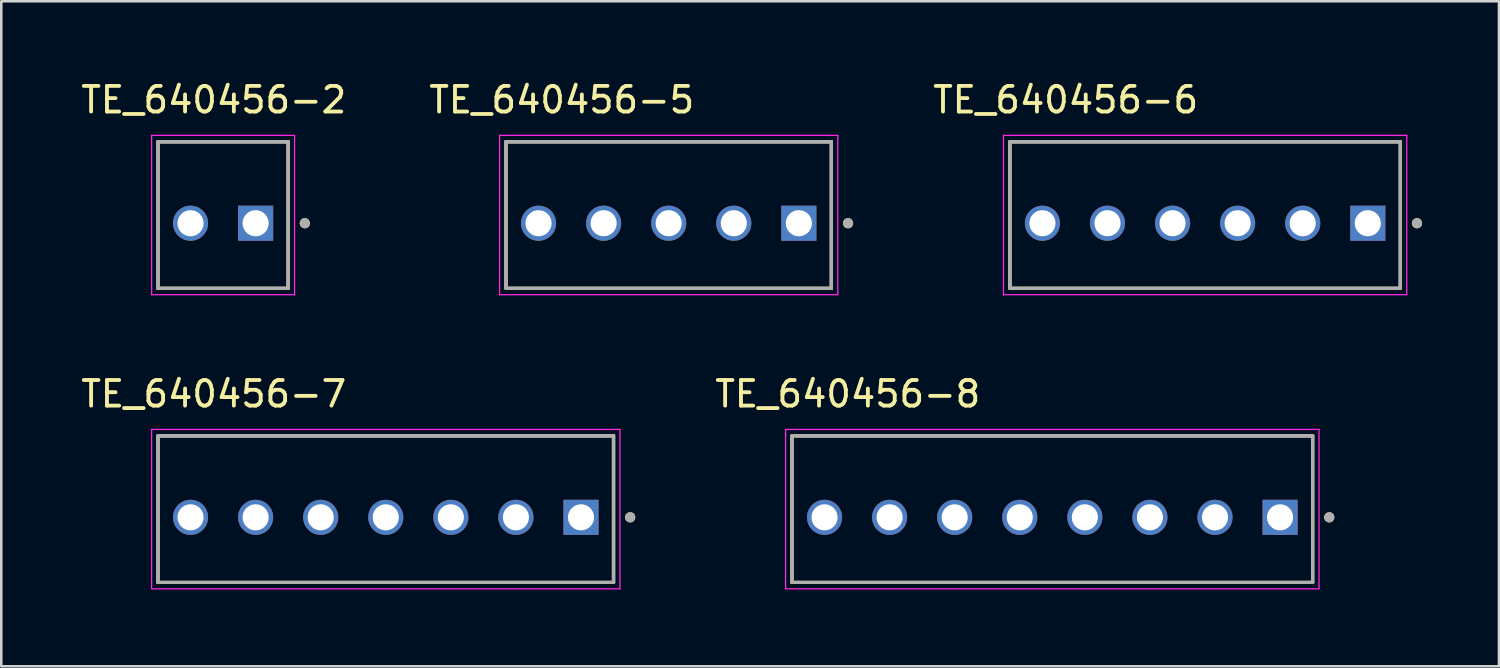
<source format=kicad_pcb>
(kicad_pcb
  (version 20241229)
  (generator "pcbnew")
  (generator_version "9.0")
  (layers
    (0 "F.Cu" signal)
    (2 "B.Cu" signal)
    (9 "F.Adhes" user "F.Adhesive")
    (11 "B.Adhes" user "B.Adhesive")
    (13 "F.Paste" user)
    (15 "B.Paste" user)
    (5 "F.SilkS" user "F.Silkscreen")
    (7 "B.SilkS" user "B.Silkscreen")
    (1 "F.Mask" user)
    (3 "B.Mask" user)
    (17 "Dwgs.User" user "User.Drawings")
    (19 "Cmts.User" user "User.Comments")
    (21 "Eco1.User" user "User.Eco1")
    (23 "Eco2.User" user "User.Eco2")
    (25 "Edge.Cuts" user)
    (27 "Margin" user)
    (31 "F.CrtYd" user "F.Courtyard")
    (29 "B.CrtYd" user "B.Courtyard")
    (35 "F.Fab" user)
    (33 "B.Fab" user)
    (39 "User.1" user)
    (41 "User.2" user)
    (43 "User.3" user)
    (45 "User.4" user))
  (footprint "TE_640456-2"
    (layer "F.Cu")
    (at 6.927 5.663)
    (property "Reference" "TE_640456-2" (at -1.635 -4.815 0) (layer "F.SilkS") (effects (font (size 1 1) (thickness 0.15))))
    (attr through_hole)
    (fp_line (start -3.81 2.54) (end -3.81 -3.18) (stroke (width 0.127) (type solid)) (layer "F.SilkS"))
    (fp_line (start 1.27 -3.18) (end -3.81 -3.18) (stroke (width 0.127) (type solid)) (layer "F.SilkS"))
    (fp_line (start 1.27 -3.18) (end 1.27 2.54) (stroke (width 0.127) (type solid)) (layer "F.SilkS"))
    (fp_line (start 1.27 2.54) (end -3.81 2.54) (stroke (width 0.127) (type solid)) (layer "F.SilkS"))
    (fp_circle (center 1.92 0) (end 2.02 0) (stroke (width 0.2) (type solid)) (fill no) (layer "F.SilkS"))
    (fp_line (start -4.06 -3.43) (end 1.52 -3.43) (stroke (width 0.05) (type solid)) (layer "F.CrtYd"))
    (fp_line (start -4.06 2.79) (end -4.06 -3.43) (stroke (width 0.05) (type solid)) (layer "F.CrtYd"))
    (fp_line (start 1.52 -3.43) (end 1.52 2.79) (stroke (width 0.05) (type solid)) (layer "F.CrtYd"))
    (fp_line (start 1.52 2.79) (end -4.06 2.79) (stroke (width 0.05) (type solid)) (layer "F.CrtYd"))
    (fp_line (start -3.81 -3.18) (end 1.27 -3.18) (stroke (width 0.127) (type solid)) (layer "F.Fab"))
    (fp_line (start -3.81 -3.18) (end 1.27 -3.18) (stroke (width 0.127) (type solid)) (layer "F.Fab"))
    (fp_line (start -3.81 2.54) (end -3.81 -3.18) (stroke (width 0.127) (type solid)) (layer "F.Fab"))
    (fp_line (start -3.81 2.54) (end -3.81 -3.18) (stroke (width 0.127) (type solid)) (layer "F.Fab"))
    (fp_line (start 1.27 -3.18) (end 1.27 2.54) (stroke (width 0.127) (type solid)) (layer "F.Fab"))
    (fp_line (start 1.27 -3.18) (end 1.27 2.54) (stroke (width 0.127) (type solid)) (layer "F.Fab"))
    (fp_line (start 1.27 2.54) (end -3.81 2.54) (stroke (width 0.127) (type solid)) (layer "F.Fab"))
    (fp_circle (center 1.92 0) (end 2.02 0) (stroke (width 0.2) (type solid)) (fill no) (layer "F.Fab"))
    (pad "1" thru_hole rect (at 0 0) (size 1.37 1.37) (drill 1.02) (layers "*.Cu" "*.Mask"))
    (pad "2" thru_hole circle (at -2.54 0) (size 1.37 1.37) (drill 1.02) (layers "*.Cu" "*.Mask")))
  (footprint "TE_640456-6"
    (layer "F.Cu")
    (at 50.337 5.663)
    (property "Reference" "TE_640456-6" (at -11.795 -4.815 0) (layer "F.SilkS") (effects (font (size 1 1) (thickness 0.15))))
    (attr through_hole)
    (fp_line (start -13.97 2.54) (end -13.97 -3.18) (stroke (width 0.127) (type solid)) (layer "F.SilkS"))
    (fp_line (start 1.27 -3.18) (end -13.97 -3.18) (stroke (width 0.127) (type solid)) (layer "F.SilkS"))
    (fp_line (start 1.27 -3.18) (end 1.27 2.54) (stroke (width 0.127) (type solid)) (layer "F.SilkS"))
    (fp_line (start 1.27 2.54) (end -13.97 2.54) (stroke (width 0.127) (type solid)) (layer "F.SilkS"))
    (fp_circle (center 1.92 0) (end 2.02 0) (stroke (width 0.2) (type solid)) (fill no) (layer "F.SilkS"))
    (fp_line (start -14.22 -3.43) (end 1.52 -3.43) (stroke (width 0.05) (type solid)) (layer "F.CrtYd"))
    (fp_line (start -14.22 2.79) (end -14.22 -3.43) (stroke (width 0.05) (type solid)) (layer "F.CrtYd"))
    (fp_line (start 1.52 -3.43) (end 1.52 2.79) (stroke (width 0.05) (type solid)) (layer "F.CrtYd"))
    (fp_line (start 1.52 2.79) (end -14.22 2.79) (stroke (width 0.05) (type solid)) (layer "F.CrtYd"))
    (fp_line (start -13.97 -3.18) (end 1.27 -3.18) (stroke (width 0.127) (type solid)) (layer "F.Fab"))
    (fp_line (start -13.97 -3.18) (end 1.27 -3.18) (stroke (width 0.127) (type solid)) (layer "F.Fab"))
    (fp_line (start -13.97 2.54) (end -13.97 -3.18) (stroke (width 0.127) (type solid)) (layer "F.Fab"))
    (fp_line (start -13.97 2.54) (end -13.97 -3.18) (stroke (width 0.127) (type solid)) (layer "F.Fab"))
    (fp_line (start 1.27 -3.18) (end 1.27 2.54) (stroke (width 0.127) (type solid)) (layer "F.Fab"))
    (fp_line (start 1.27 -3.18) (end 1.27 2.54) (stroke (width 0.127) (type solid)) (layer "F.Fab"))
    (fp_line (start 1.27 2.54) (end -13.97 2.54) (stroke (width 0.127) (type solid)) (layer "F.Fab"))
    (fp_circle (center 1.92 0) (end 2.02 0) (stroke (width 0.2) (type solid)) (fill no) (layer "F.Fab"))
    (pad "1" thru_hole rect (at 0 0) (size 1.37 1.37) (drill 1.02) (layers "*.Cu" "*.Mask"))
    (pad "2" thru_hole circle (at -2.54 0) (size 1.37 1.37) (drill 1.02) (layers "*.Cu" "*.Mask"))
    (pad "3" thru_hole circle (at -5.08 0) (size 1.37 1.37) (drill 1.02) (layers "*.Cu" "*.Mask"))
    (pad "4" thru_hole circle (at -7.62 0) (size 1.37 1.37) (drill 1.02) (layers "*.Cu" "*.Mask"))
    (pad "5" thru_hole circle (at -10.16 0) (size 1.37 1.37) (drill 1.02) (layers "*.Cu" "*.Mask"))
    (pad "6" thru_hole circle (at -12.7 0) (size 1.37 1.37) (drill 1.02) (layers "*.Cu" "*.Mask")))
  (footprint "TE_640456-8"
    (layer "F.Cu")
    (at 46.913 17.142)
    (property "Reference" "TE_640456-8" (at -16.875 -4.815 0) (layer "F.SilkS") (effects (font (size 1 1) (thickness 0.15))))
    (attr through_hole)
    (fp_line (start -19.05 2.54) (end -19.05 -3.18) (stroke (width 0.127) (type solid)) (layer "F.SilkS"))
    (fp_line (start 1.27 -3.18) (end -19.05 -3.18) (stroke (width 0.127) (type solid)) (layer "F.SilkS"))
    (fp_line (start 1.27 -3.18) (end 1.27 2.54) (stroke (width 0.127) (type solid)) (layer "F.SilkS"))
    (fp_line (start 1.27 2.54) (end -19.05 2.54) (stroke (width 0.127) (type solid)) (layer "F.SilkS"))
    (fp_circle (center 1.92 0) (end 2.02 0) (stroke (width 0.2) (type solid)) (fill no) (layer "F.SilkS"))
    (fp_line (start -19.3 -3.43) (end 1.52 -3.43) (stroke (width 0.05) (type solid)) (layer "F.CrtYd"))
    (fp_line (start -19.3 2.79) (end -19.3 -3.43) (stroke (width 0.05) (type solid)) (layer "F.CrtYd"))
    (fp_line (start 1.52 -3.43) (end 1.52 2.79) (stroke (width 0.05) (type solid)) (layer "F.CrtYd"))
    (fp_line (start 1.52 2.79) (end -19.3 2.79) (stroke (width 0.05) (type solid)) (layer "F.CrtYd"))
    (fp_line (start -19.05 -3.18) (end 1.27 -3.18) (stroke (width 0.127) (type solid)) (layer "F.Fab"))
    (fp_line (start -19.05 -3.18) (end 1.27 -3.18) (stroke (width 0.127) (type solid)) (layer "F.Fab"))
    (fp_line (start -19.05 2.54) (end -19.05 -3.18) (stroke (width 0.127) (type solid)) (layer "F.Fab"))
    (fp_line (start -19.05 2.54) (end -19.05 -3.18) (stroke (width 0.127) (type solid)) (layer "F.Fab"))
    (fp_line (start 1.27 -3.18) (end 1.27 2.54) (stroke (width 0.127) (type solid)) (layer "F.Fab"))
    (fp_line (start 1.27 -3.18) (end 1.27 2.54) (stroke (width 0.127) (type solid)) (layer "F.Fab"))
    (fp_line (start 1.27 2.54) (end -19.05 2.54) (stroke (width 0.127) (type solid)) (layer "F.Fab"))
    (fp_circle (center 1.92 0) (end 2.02 0) (stroke (width 0.2) (type solid)) (fill no) (layer "F.Fab"))
    (pad "1" thru_hole rect (at 0 0) (size 1.37 1.37) (drill 1.02) (layers "*.Cu" "*.Mask"))
    (pad "2" thru_hole circle (at -2.54 0) (size 1.37 1.37) (drill 1.02) (layers "*.Cu" "*.Mask"))
    (pad "3" thru_hole circle (at -5.08 0) (size 1.37 1.37) (drill 1.02) (layers "*.Cu" "*.Mask"))
    (pad "4" thru_hole circle (at -7.62 0) (size 1.37 1.37) (drill 1.02) (layers "*.Cu" "*.Mask"))
    (pad "5" thru_hole circle (at -10.16 0) (size 1.37 1.37) (drill 1.02) (layers "*.Cu" "*.Mask"))
    (pad "6" thru_hole circle (at -12.7 0) (size 1.37 1.37) (drill 1.02) (layers "*.Cu" "*.Mask"))
    (pad "7" thru_hole circle (at -15.24 0) (size 1.37 1.37) (drill 1.02) (layers "*.Cu" "*.Mask"))
    (pad "8" thru_hole circle (at -17.78 0) (size 1.37 1.37) (drill 1.02) (layers "*.Cu" "*.Mask")))
  (footprint "TE_640456-5"
    (layer "F.Cu")
    (at 28.13 5.663)
    (property "Reference" "TE_640456-5" (at -9.255 -4.815 0) (layer "F.SilkS") (effects (font (size 1 1) (thickness 0.15))))
    (attr through_hole)
    (fp_line (start -11.43 2.54) (end -11.43 -3.18) (stroke (width 0.127) (type solid)) (layer "F.SilkS"))
    (fp_line (start 1.27 -3.18) (end -11.43 -3.18) (stroke (width 0.127) (type solid)) (layer "F.SilkS"))
    (fp_line (start 1.27 -3.18) (end 1.27 2.54) (stroke (width 0.127) (type solid)) (layer "F.SilkS"))
    (fp_line (start 1.27 2.54) (end -11.43 2.54) (stroke (width 0.127) (type solid)) (layer "F.SilkS"))
    (fp_circle (center 1.92 0) (end 2.02 0) (stroke (width 0.2) (type solid)) (fill no) (layer "F.SilkS"))
    (fp_line (start -11.68 -3.43) (end 1.52 -3.43) (stroke (width 0.05) (type solid)) (layer "F.CrtYd"))
    (fp_line (start -11.68 2.79) (end -11.68 -3.43) (stroke (width 0.05) (type solid)) (layer "F.CrtYd"))
    (fp_line (start 1.52 -3.43) (end 1.52 2.79) (stroke (width 0.05) (type solid)) (layer "F.CrtYd"))
    (fp_line (start 1.52 2.79) (end -11.68 2.79) (stroke (width 0.05) (type solid)) (layer "F.CrtYd"))
    (fp_line (start -11.43 -3.18) (end 1.27 -3.18) (stroke (width 0.127) (type solid)) (layer "F.Fab"))
    (fp_line (start -11.43 -3.18) (end 1.27 -3.18) (stroke (width 0.127) (type solid)) (layer "F.Fab"))
    (fp_line (start -11.43 2.54) (end -11.43 -3.18) (stroke (width 0.127) (type solid)) (layer "F.Fab"))
    (fp_line (start -11.43 2.54) (end -11.43 -3.18) (stroke (width 0.127) (type solid)) (layer "F.Fab"))
    (fp_line (start 1.27 -3.18) (end 1.27 2.54) (stroke (width 0.127) (type solid)) (layer "F.Fab"))
    (fp_line (start 1.27 -3.18) (end 1.27 2.54) (stroke (width 0.127) (type solid)) (layer "F.Fab"))
    (fp_line (start 1.27 2.54) (end -11.43 2.54) (stroke (width 0.127) (type solid)) (layer "F.Fab"))
    (fp_circle (center 1.92 0) (end 2.02 0) (stroke (width 0.2) (type solid)) (fill no) (layer "F.Fab"))
    (pad "1" thru_hole rect (at 0 0) (size 1.37 1.37) (drill 1.02) (layers "*.Cu" "*.Mask"))
    (pad "2" thru_hole circle (at -2.54 0) (size 1.37 1.37) (drill 1.02) (layers "*.Cu" "*.Mask"))
    (pad "3" thru_hole circle (at -5.08 0) (size 1.37 1.37) (drill 1.02) (layers "*.Cu" "*.Mask"))
    (pad "4" thru_hole circle (at -7.62 0) (size 1.37 1.37) (drill 1.02) (layers "*.Cu" "*.Mask"))
    (pad "5" thru_hole circle (at -10.16 0) (size 1.37 1.37) (drill 1.02) (layers "*.Cu" "*.Mask")))
  (footprint "TE_640456-7"
    (layer "F.Cu")
    (at 19.627 17.142)
    (property "Reference" "TE_640456-7" (at -14.335 -4.815 0) (layer "F.SilkS") (effects (font (size 1 1) (thickness 0.15))))
    (attr through_hole)
    (fp_line (start -16.51 2.54) (end -16.51 -3.18) (stroke (width 0.127) (type solid)) (layer "F.SilkS"))
    (fp_line (start 1.27 -3.18) (end -16.51 -3.18) (stroke (width 0.127) (type solid)) (layer "F.SilkS"))
    (fp_line (start 1.27 -3.18) (end 1.27 2.54) (stroke (width 0.127) (type solid)) (layer "F.SilkS"))
    (fp_line (start 1.27 2.54) (end -16.51 2.54) (stroke (width 0.127) (type solid)) (layer "F.SilkS"))
    (fp_circle (center 1.92 0) (end 2.02 0) (stroke (width 0.2) (type solid)) (fill no) (layer "F.SilkS"))
    (fp_line (start -16.76 -3.43) (end 1.52 -3.43) (stroke (width 0.05) (type solid)) (layer "F.CrtYd"))
    (fp_line (start -16.76 2.79) (end -16.76 -3.43) (stroke (width 0.05) (type solid)) (layer "F.CrtYd"))
    (fp_line (start 1.52 -3.43) (end 1.52 2.79) (stroke (width 0.05) (type solid)) (layer "F.CrtYd"))
    (fp_line (start 1.52 2.79) (end -16.76 2.79) (stroke (width 0.05) (type solid)) (layer "F.CrtYd"))
    (fp_line (start -16.51 -3.18) (end 1.27 -3.18) (stroke (width 0.127) (type solid)) (layer "F.Fab"))
    (fp_line (start -16.51 -3.18) (end 1.27 -3.18) (stroke (width 0.127) (type solid)) (layer "F.Fab"))
    (fp_line (start -16.51 2.54) (end -16.51 -3.18) (stroke (width 0.127) (type solid)) (layer "F.Fab"))
    (fp_line (start -16.51 2.54) (end -16.51 -3.18) (stroke (width 0.127) (type solid)) (layer "F.Fab"))
    (fp_line (start 1.27 -3.18) (end 1.27 2.54) (stroke (width 0.127) (type solid)) (layer "F.Fab"))
    (fp_line (start 1.27 -3.18) (end 1.27 2.54) (stroke (width 0.127) (type solid)) (layer "F.Fab"))
    (fp_line (start 1.27 2.54) (end -16.51 2.54) (stroke (width 0.127) (type solid)) (layer "F.Fab"))
    (fp_circle (center 1.92 0) (end 2.02 0) (stroke (width 0.2) (type solid)) (fill no) (layer "F.Fab"))
    (pad "1" thru_hole rect (at 0 0) (size 1.37 1.37) (drill 1.02) (layers "*.Cu" "*.Mask"))
    (pad "2" thru_hole circle (at -2.54 0) (size 1.37 1.37) (drill 1.02) (layers "*.Cu" "*.Mask"))
    (pad "3" thru_hole circle (at -5.08 0) (size 1.37 1.37) (drill 1.02) (layers "*.Cu" "*.Mask"))
    (pad "4" thru_hole circle (at -7.62 0) (size 1.37 1.37) (drill 1.02) (layers "*.Cu" "*.Mask"))
    (pad "5" thru_hole circle (at -10.16 0) (size 1.37 1.37) (drill 1.02) (layers "*.Cu" "*.Mask"))
    (pad "6" thru_hole circle (at -12.7 0) (size 1.37 1.37) (drill 1.02) (layers "*.Cu" "*.Mask"))
    (pad "7" thru_hole circle (at -15.24 0) (size 1.37 1.37) (drill 1.02) (layers "*.Cu" "*.Mask")))
  (gr_rect
    (start -3 -3)
    (end 55.457 22.956)
    (stroke (width 0.1) (type default))
    (fill no)
    (layer "Edge.Cuts")))
</source>
